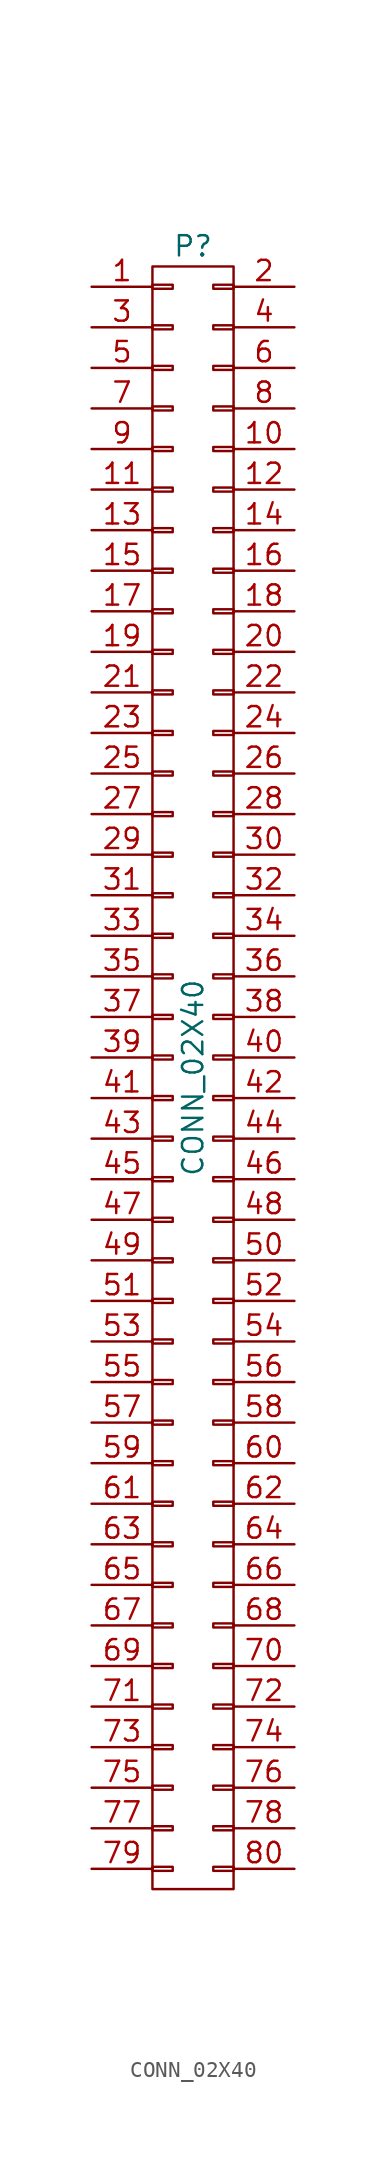
<source format=kicad_sym>
(kicad_symbol_lib
  (version 20231120)
  (generator "kicad_symbol_editor")
  (generator_version "8.0")
  (symbol "CONN_02X40"
    (pin_names
      (offset 0.025) hide)
    (property "Reference" "P"
      (at 0 52.07 0)
      (effects (font (size 1.27 1.27))))
    (property "Value" "CONN_02X40"
      (at 0 0 90)
      (effects (font (size 1.27 1.27))))
    (property "Footprint" ""
      (at 0 0 0)
      (effects (font (size 1.27 1.27))))
    (property "Datasheet" ""
      (at 0 0 0)
      (effects (font (size 1.27 1.27))))
    (symbol "CONN_02X40_0_1"
      (rectangle (start -2.54 -49.403) (end -1.27 -49.657) (stroke (width 0) (type solid)) (fill (type none)))
      (rectangle (start -2.54 -46.863) (end -1.27 -47.117) (stroke (width 0) (type solid)) (fill (type none)))
      (rectangle (start -2.54 -44.323) (end -1.27 -44.577) (stroke (width 0) (type solid)) (fill (type none)))
      (rectangle (start -2.54 -41.783) (end -1.27 -42.037) (stroke (width 0) (type solid)) (fill (type none)))
      (rectangle (start -2.54 -39.243) (end -1.27 -39.497) (stroke (width 0) (type solid)) (fill (type none)))
      (rectangle (start -2.54 -36.703) (end -1.27 -36.957) (stroke (width 0) (type solid)) (fill (type none)))
      (rectangle (start -2.54 -34.163) (end -1.27 -34.417) (stroke (width 0) (type solid)) (fill (type none)))
      (rectangle (start -2.54 -31.623) (end -1.27 -31.877) (stroke (width 0) (type solid)) (fill (type none)))
      (rectangle (start -2.54 -29.083) (end -1.27 -29.337) (stroke (width 0) (type solid)) (fill (type none)))
      (rectangle (start -2.54 -26.543) (end -1.27 -26.797) (stroke (width 0) (type solid)) (fill (type none)))
      (rectangle (start -2.54 -24.003) (end -1.27 -24.257) (stroke (width 0) (type solid)) (fill (type none)))
      (rectangle (start -2.54 -21.463) (end -1.27 -21.717) (stroke (width 0) (type solid)) (fill (type none)))
      (rectangle (start -2.54 -18.923) (end -1.27 -19.177) (stroke (width 0) (type solid)) (fill (type none)))
      (rectangle (start -2.54 -16.383) (end -1.27 -16.637) (stroke (width 0) (type solid)) (fill (type none)))
      (rectangle (start -2.54 -13.843) (end -1.27 -14.097) (stroke (width 0) (type solid)) (fill (type none)))
      (rectangle (start -2.54 -11.303) (end -1.27 -11.557) (stroke (width 0) (type solid)) (fill (type none)))
      (rectangle (start -2.54 -8.763) (end -1.27 -9.017) (stroke (width 0) (type solid)) (fill (type none)))
      (rectangle (start -2.54 -6.223) (end -1.27 -6.477) (stroke (width 0) (type solid)) (fill (type none)))
      (rectangle (start -2.54 -3.683) (end -1.27 -3.937) (stroke (width 0) (type solid)) (fill (type none)))
      (rectangle (start -2.54 -1.143) (end -1.27 -1.397) (stroke (width 0) (type solid)) (fill (type none)))
      (rectangle (start -2.54 1.397) (end -1.27 1.143) (stroke (width 0) (type solid)) (fill (type none)))
      (rectangle (start -2.54 3.937) (end -1.27 3.683) (stroke (width 0) (type solid)) (fill (type none)))
      (rectangle (start -2.54 6.477) (end -1.27 6.223) (stroke (width 0) (type solid)) (fill (type none)))
      (rectangle (start -2.54 9.017) (end -1.27 8.763) (stroke (width 0) (type solid)) (fill (type none)))
      (rectangle (start -2.54 11.557) (end -1.27 11.303) (stroke (width 0) (type solid)) (fill (type none)))
      (rectangle (start -2.54 14.097) (end -1.27 13.843) (stroke (width 0) (type solid)) (fill (type none)))
      (rectangle (start -2.54 16.637) (end -1.27 16.383) (stroke (width 0) (type solid)) (fill (type none)))
      (rectangle (start -2.54 19.177) (end -1.27 18.923) (stroke (width 0) (type solid)) (fill (type none)))
      (rectangle (start -2.54 21.717) (end -1.27 21.463) (stroke (width 0) (type solid)) (fill (type none)))
      (rectangle (start -2.54 24.257) (end -1.27 24.003) (stroke (width 0) (type solid)) (fill (type none)))
      (rectangle (start -2.54 26.797) (end -1.27 26.543) (stroke (width 0) (type solid)) (fill (type none)))
      (rectangle (start -2.54 29.337) (end -1.27 29.083) (stroke (width 0) (type solid)) (fill (type none)))
      (rectangle (start -2.54 31.877) (end -1.27 31.623) (stroke (width 0) (type solid)) (fill (type none)))
      (rectangle (start -2.54 34.417) (end -1.27 34.163) (stroke (width 0) (type solid)) (fill (type none)))
      (rectangle (start -2.54 36.957) (end -1.27 36.703) (stroke (width 0) (type solid)) (fill (type none)))
      (rectangle (start -2.54 39.497) (end -1.27 39.243) (stroke (width 0) (type solid)) (fill (type none)))
      (rectangle (start -2.54 42.037) (end -1.27 41.783) (stroke (width 0) (type solid)) (fill (type none)))
      (rectangle (start -2.54 44.577) (end -1.27 44.323) (stroke (width 0) (type solid)) (fill (type none)))
      (rectangle (start -2.54 47.117) (end -1.27 46.863) (stroke (width 0) (type solid)) (fill (type none)))
      (rectangle (start -2.54 49.657) (end -1.27 49.403) (stroke (width 0) (type solid)) (fill (type none)))
      (rectangle (start -2.54 50.8) (end 2.54 -50.8) (stroke (width 0) (type solid)) (fill (type none)))
      (rectangle (start 1.27 -49.403) (end 2.54 -49.657) (stroke (width 0) (type solid)) (fill (type none)))
      (rectangle (start 1.27 -46.863) (end 2.54 -47.117) (stroke (width 0) (type solid)) (fill (type none)))
      (rectangle (start 1.27 -44.323) (end 2.54 -44.577) (stroke (width 0) (type solid)) (fill (type none)))
      (rectangle (start 1.27 -41.783) (end 2.54 -42.037) (stroke (width 0) (type solid)) (fill (type none)))
      (rectangle (start 1.27 -39.243) (end 2.54 -39.497) (stroke (width 0) (type solid)) (fill (type none)))
      (rectangle (start 1.27 -36.703) (end 2.54 -36.957) (stroke (width 0) (type solid)) (fill (type none)))
      (rectangle (start 1.27 -34.163) (end 2.54 -34.417) (stroke (width 0) (type solid)) (fill (type none)))
      (rectangle (start 1.27 -31.623) (end 2.54 -31.877) (stroke (width 0) (type solid)) (fill (type none)))
      (rectangle (start 1.27 -29.083) (end 2.54 -29.337) (stroke (width 0) (type solid)) (fill (type none)))
      (rectangle (start 1.27 -26.543) (end 2.54 -26.797) (stroke (width 0) (type solid)) (fill (type none)))
      (rectangle (start 1.27 -24.003) (end 2.54 -24.257) (stroke (width 0) (type solid)) (fill (type none)))
      (rectangle (start 1.27 -21.463) (end 2.54 -21.717) (stroke (width 0) (type solid)) (fill (type none)))
      (rectangle (start 1.27 -18.923) (end 2.54 -19.177) (stroke (width 0) (type solid)) (fill (type none)))
      (rectangle (start 1.27 -16.383) (end 2.54 -16.637) (stroke (width 0) (type solid)) (fill (type none)))
      (rectangle (start 1.27 -13.843) (end 2.54 -14.097) (stroke (width 0) (type solid)) (fill (type none)))
      (rectangle (start 1.27 -11.303) (end 2.54 -11.557) (stroke (width 0) (type solid)) (fill (type none)))
      (rectangle (start 1.27 -8.763) (end 2.54 -9.017) (stroke (width 0) (type solid)) (fill (type none)))
      (rectangle (start 1.27 -6.223) (end 2.54 -6.477) (stroke (width 0) (type solid)) (fill (type none)))
      (rectangle (start 1.27 -3.683) (end 2.54 -3.937) (stroke (width 0) (type solid)) (fill (type none)))
      (rectangle (start 1.27 -1.143) (end 2.54 -1.397) (stroke (width 0) (type solid)) (fill (type none)))
      (rectangle (start 1.27 1.397) (end 2.54 1.143) (stroke (width 0) (type solid)) (fill (type none)))
      (rectangle (start 1.27 3.937) (end 2.54 3.683) (stroke (width 0) (type solid)) (fill (type none)))
      (rectangle (start 1.27 6.477) (end 2.54 6.223) (stroke (width 0) (type solid)) (fill (type none)))
      (rectangle (start 1.27 9.017) (end 2.54 8.763) (stroke (width 0) (type solid)) (fill (type none)))
      (rectangle (start 1.27 11.557) (end 2.54 11.303) (stroke (width 0) (type solid)) (fill (type none)))
      (rectangle (start 1.27 14.097) (end 2.54 13.843) (stroke (width 0) (type solid)) (fill (type none)))
      (rectangle (start 1.27 16.637) (end 2.54 16.383) (stroke (width 0) (type solid)) (fill (type none)))
      (rectangle (start 1.27 19.177) (end 2.54 18.923) (stroke (width 0) (type solid)) (fill (type none)))
      (rectangle (start 1.27 21.717) (end 2.54 21.463) (stroke (width 0) (type solid)) (fill (type none)))
      (rectangle (start 1.27 24.257) (end 2.54 24.003) (stroke (width 0) (type solid)) (fill (type none)))
      (rectangle (start 1.27 26.797) (end 2.54 26.543) (stroke (width 0) (type solid)) (fill (type none)))
      (rectangle (start 1.27 29.337) (end 2.54 29.083) (stroke (width 0) (type solid)) (fill (type none)))
      (rectangle (start 1.27 31.877) (end 2.54 31.623) (stroke (width 0) (type solid)) (fill (type none)))
      (rectangle (start 1.27 34.417) (end 2.54 34.163) (stroke (width 0) (type solid)) (fill (type none)))
      (rectangle (start 1.27 36.957) (end 2.54 36.703) (stroke (width 0) (type solid)) (fill (type none)))
      (rectangle (start 1.27 39.497) (end 2.54 39.243) (stroke (width 0) (type solid)) (fill (type none)))
      (rectangle (start 1.27 42.037) (end 2.54 41.783) (stroke (width 0) (type solid)) (fill (type none)))
      (rectangle (start 1.27 44.577) (end 2.54 44.323) (stroke (width 0) (type solid)) (fill (type none)))
      (rectangle (start 1.27 47.117) (end 2.54 46.863) (stroke (width 0) (type solid)) (fill (type none)))
      (rectangle (start 1.27 49.657) (end 2.54 49.403) (stroke (width 0) (type solid)) (fill (type none))))
    (symbol "CONN_02X40_1_1"
      (pin passive line (at -6.35 49.53 0) (length 3.81) (name "P1" (effects (font (size 1.27 1.27)))) (number "1" (effects (font (size 1.27 1.27)))))
      (pin passive line (at 6.35 39.37 180) (length 3.81) (name "P10" (effects (font (size 1.27 1.27)))) (number "10" (effects (font (size 1.27 1.27)))))
      (pin passive line (at -6.35 36.83 0) (length 3.81) (name "P11" (effects (font (size 1.27 1.27)))) (number "11" (effects (font (size 1.27 1.27)))))
      (pin passive line (at 6.35 36.83 180) (length 3.81) (name "P12" (effects (font (size 1.27 1.27)))) (number "12" (effects (font (size 1.27 1.27)))))
      (pin passive line (at -6.35 34.29 0) (length 3.81) (name "P13" (effects (font (size 1.27 1.27)))) (number "13" (effects (font (size 1.27 1.27)))))
      (pin passive line (at 6.35 34.29 180) (length 3.81) (name "P14" (effects (font (size 1.27 1.27)))) (number "14" (effects (font (size 1.27 1.27)))))
      (pin passive line (at -6.35 31.75 0) (length 3.81) (name "P15" (effects (font (size 1.27 1.27)))) (number "15" (effects (font (size 1.27 1.27)))))
      (pin passive line (at 6.35 31.75 180) (length 3.81) (name "P16" (effects (font (size 1.27 1.27)))) (number "16" (effects (font (size 1.27 1.27)))))
      (pin passive line (at -6.35 29.21 0) (length 3.81) (name "P17" (effects (font (size 1.27 1.27)))) (number "17" (effects (font (size 1.27 1.27)))))
      (pin passive line (at 6.35 29.21 180) (length 3.81) (name "P18" (effects (font (size 1.27 1.27)))) (number "18" (effects (font (size 1.27 1.27)))))
      (pin passive line (at -6.35 26.67 0) (length 3.81) (name "P19" (effects (font (size 1.27 1.27)))) (number "19" (effects (font (size 1.27 1.27)))))
      (pin passive line (at 6.35 49.53 180) (length 3.81) (name "P2" (effects (font (size 1.27 1.27)))) (number "2" (effects (font (size 1.27 1.27)))))
      (pin passive line (at 6.35 26.67 180) (length 3.81) (name "P20" (effects (font (size 1.27 1.27)))) (number "20" (effects (font (size 1.27 1.27)))))
      (pin passive line (at -6.35 24.13 0) (length 3.81) (name "P21" (effects (font (size 1.27 1.27)))) (number "21" (effects (font (size 1.27 1.27)))))
      (pin passive line (at 6.35 24.13 180) (length 3.81) (name "P22" (effects (font (size 1.27 1.27)))) (number "22" (effects (font (size 1.27 1.27)))))
      (pin passive line (at -6.35 21.59 0) (length 3.81) (name "P23" (effects (font (size 1.27 1.27)))) (number "23" (effects (font (size 1.27 1.27)))))
      (pin passive line (at 6.35 21.59 180) (length 3.81) (name "P24" (effects (font (size 1.27 1.27)))) (number "24" (effects (font (size 1.27 1.27)))))
      (pin passive line (at -6.35 19.05 0) (length 3.81) (name "P25" (effects (font (size 1.27 1.27)))) (number "25" (effects (font (size 1.27 1.27)))))
      (pin passive line (at 6.35 19.05 180) (length 3.81) (name "P26" (effects (font (size 1.27 1.27)))) (number "26" (effects (font (size 1.27 1.27)))))
      (pin passive line (at -6.35 16.51 0) (length 3.81) (name "P27" (effects (font (size 1.27 1.27)))) (number "27" (effects (font (size 1.27 1.27)))))
      (pin passive line (at 6.35 16.51 180) (length 3.81) (name "P28" (effects (font (size 1.27 1.27)))) (number "28" (effects (font (size 1.27 1.27)))))
      (pin passive line (at -6.35 13.97 0) (length 3.81) (name "P29" (effects (font (size 1.27 1.27)))) (number "29" (effects (font (size 1.27 1.27)))))
      (pin passive line (at -6.35 46.99 0) (length 3.81) (name "P3" (effects (font (size 1.27 1.27)))) (number "3" (effects (font (size 1.27 1.27)))))
      (pin passive line (at 6.35 13.97 180) (length 3.81) (name "P30" (effects (font (size 1.27 1.27)))) (number "30" (effects (font (size 1.27 1.27)))))
      (pin passive line (at -6.35 11.43 0) (length 3.81) (name "P31" (effects (font (size 1.27 1.27)))) (number "31" (effects (font (size 1.27 1.27)))))
      (pin passive line (at 6.35 11.43 180) (length 3.81) (name "P32" (effects (font (size 1.27 1.27)))) (number "32" (effects (font (size 1.27 1.27)))))
      (pin passive line (at -6.35 8.89 0) (length 3.81) (name "P33" (effects (font (size 1.27 1.27)))) (number "33" (effects (font (size 1.27 1.27)))))
      (pin passive line (at 6.35 8.89 180) (length 3.81) (name "P34" (effects (font (size 1.27 1.27)))) (number "34" (effects (font (size 1.27 1.27)))))
      (pin passive line (at -6.35 6.35 0) (length 3.81) (name "P35" (effects (font (size 1.27 1.27)))) (number "35" (effects (font (size 1.27 1.27)))))
      (pin passive line (at 6.35 6.35 180) (length 3.81) (name "P36" (effects (font (size 1.27 1.27)))) (number "36" (effects (font (size 1.27 1.27)))))
      (pin passive line (at -6.35 3.81 0) (length 3.81) (name "P37" (effects (font (size 1.27 1.27)))) (number "37" (effects (font (size 1.27 1.27)))))
      (pin passive line (at 6.35 3.81 180) (length 3.81) (name "P38" (effects (font (size 1.27 1.27)))) (number "38" (effects (font (size 1.27 1.27)))))
      (pin passive line (at -6.35 1.27 0) (length 3.81) (name "P39" (effects (font (size 1.27 1.27)))) (number "39" (effects (font (size 1.27 1.27)))))
      (pin passive line (at 6.35 46.99 180) (length 3.81) (name "P4" (effects (font (size 1.27 1.27)))) (number "4" (effects (font (size 1.27 1.27)))))
      (pin passive line (at 6.35 1.27 180) (length 3.81) (name "P40" (effects (font (size 1.27 1.27)))) (number "40" (effects (font (size 1.27 1.27)))))
      (pin passive line (at -6.35 -1.27 0) (length 3.81) (name "P41" (effects (font (size 1.27 1.27)))) (number "41" (effects (font (size 1.27 1.27)))))
      (pin passive line (at 6.35 -1.27 180) (length 3.81) (name "P42" (effects (font (size 1.27 1.27)))) (number "42" (effects (font (size 1.27 1.27)))))
      (pin passive line (at -6.35 -3.81 0) (length 3.81) (name "P43" (effects (font (size 1.27 1.27)))) (number "43" (effects (font (size 1.27 1.27)))))
      (pin passive line (at 6.35 -3.81 180) (length 3.81) (name "P44" (effects (font (size 1.27 1.27)))) (number "44" (effects (font (size 1.27 1.27)))))
      (pin passive line (at -6.35 -6.35 0) (length 3.81) (name "P45" (effects (font (size 1.27 1.27)))) (number "45" (effects (font (size 1.27 1.27)))))
      (pin passive line (at 6.35 -6.35 180) (length 3.81) (name "P46" (effects (font (size 1.27 1.27)))) (number "46" (effects (font (size 1.27 1.27)))))
      (pin passive line (at -6.35 -8.89 0) (length 3.81) (name "P47" (effects (font (size 1.27 1.27)))) (number "47" (effects (font (size 1.27 1.27)))))
      (pin passive line (at 6.35 -8.89 180) (length 3.81) (name "P48" (effects (font (size 1.27 1.27)))) (number "48" (effects (font (size 1.27 1.27)))))
      (pin passive line (at -6.35 -11.43 0) (length 3.81) (name "P49" (effects (font (size 1.27 1.27)))) (number "49" (effects (font (size 1.27 1.27)))))
      (pin passive line (at -6.35 44.45 0) (length 3.81) (name "P5" (effects (font (size 1.27 1.27)))) (number "5" (effects (font (size 1.27 1.27)))))
      (pin passive line (at 6.35 -11.43 180) (length 3.81) (name "P50" (effects (font (size 1.27 1.27)))) (number "50" (effects (font (size 1.27 1.27)))))
      (pin passive line (at -6.35 -13.97 0) (length 3.81) (name "P51" (effects (font (size 1.27 1.27)))) (number "51" (effects (font (size 1.27 1.27)))))
      (pin passive line (at 6.35 -13.97 180) (length 3.81) (name "P52" (effects (font (size 1.27 1.27)))) (number "52" (effects (font (size 1.27 1.27)))))
      (pin passive line (at -6.35 -16.51 0) (length 3.81) (name "P53" (effects (font (size 1.27 1.27)))) (number "53" (effects (font (size 1.27 1.27)))))
      (pin passive line (at 6.35 -16.51 180) (length 3.81) (name "P54" (effects (font (size 1.27 1.27)))) (number "54" (effects (font (size 1.27 1.27)))))
      (pin passive line (at -6.35 -19.05 0) (length 3.81) (name "P55" (effects (font (size 1.27 1.27)))) (number "55" (effects (font (size 1.27 1.27)))))
      (pin passive line (at 6.35 -19.05 180) (length 3.81) (name "P56" (effects (font (size 1.27 1.27)))) (number "56" (effects (font (size 1.27 1.27)))))
      (pin passive line (at -6.35 -21.59 0) (length 3.81) (name "P57" (effects (font (size 1.27 1.27)))) (number "57" (effects (font (size 1.27 1.27)))))
      (pin passive line (at 6.35 -21.59 180) (length 3.81) (name "P58" (effects (font (size 1.27 1.27)))) (number "58" (effects (font (size 1.27 1.27)))))
      (pin passive line (at -6.35 -24.13 0) (length 3.81) (name "P59" (effects (font (size 1.27 1.27)))) (number "59" (effects (font (size 1.27 1.27)))))
      (pin passive line (at 6.35 44.45 180) (length 3.81) (name "P6" (effects (font (size 1.27 1.27)))) (number "6" (effects (font (size 1.27 1.27)))))
      (pin passive line (at 6.35 -24.13 180) (length 3.81) (name "P60" (effects (font (size 1.27 1.27)))) (number "60" (effects (font (size 1.27 1.27)))))
      (pin passive line (at -6.35 -26.67 0) (length 3.81) (name "P61" (effects (font (size 1.27 1.27)))) (number "61" (effects (font (size 1.27 1.27)))))
      (pin passive line (at 6.35 -26.67 180) (length 3.81) (name "P62" (effects (font (size 1.27 1.27)))) (number "62" (effects (font (size 1.27 1.27)))))
      (pin passive line (at -6.35 -29.21 0) (length 3.81) (name "P63" (effects (font (size 1.27 1.27)))) (number "63" (effects (font (size 1.27 1.27)))))
      (pin passive line (at 6.35 -29.21 180) (length 3.81) (name "P64" (effects (font (size 1.27 1.27)))) (number "64" (effects (font (size 1.27 1.27)))))
      (pin passive line (at -6.35 -31.75 0) (length 3.81) (name "P65" (effects (font (size 1.27 1.27)))) (number "65" (effects (font (size 1.27 1.27)))))
      (pin passive line (at 6.35 -31.75 180) (length 3.81) (name "P66" (effects (font (size 1.27 1.27)))) (number "66" (effects (font (size 1.27 1.27)))))
      (pin passive line (at -6.35 -34.29 0) (length 3.81) (name "P67" (effects (font (size 1.27 1.27)))) (number "67" (effects (font (size 1.27 1.27)))))
      (pin passive line (at 6.35 -34.29 180) (length 3.81) (name "P68" (effects (font (size 1.27 1.27)))) (number "68" (effects (font (size 1.27 1.27)))))
      (pin passive line (at -6.35 -36.83 0) (length 3.81) (name "P69" (effects (font (size 1.27 1.27)))) (number "69" (effects (font (size 1.27 1.27)))))
      (pin passive line (at -6.35 41.91 0) (length 3.81) (name "P7" (effects (font (size 1.27 1.27)))) (number "7" (effects (font (size 1.27 1.27)))))
      (pin passive line (at 6.35 -36.83 180) (length 3.81) (name "P70" (effects (font (size 1.27 1.27)))) (number "70" (effects (font (size 1.27 1.27)))))
      (pin passive line (at -6.35 -39.37 0) (length 3.81) (name "P71" (effects (font (size 1.27 1.27)))) (number "71" (effects (font (size 1.27 1.27)))))
      (pin passive line (at 6.35 -39.37 180) (length 3.81) (name "P72" (effects (font (size 1.27 1.27)))) (number "72" (effects (font (size 1.27 1.27)))))
      (pin passive line (at -6.35 -41.91 0) (length 3.81) (name "P73" (effects (font (size 1.27 1.27)))) (number "73" (effects (font (size 1.27 1.27)))))
      (pin passive line (at 6.35 -41.91 180) (length 3.81) (name "P74" (effects (font (size 1.27 1.27)))) (number "74" (effects (font (size 1.27 1.27)))))
      (pin passive line (at -6.35 -44.45 0) (length 3.81) (name "P75" (effects (font (size 1.27 1.27)))) (number "75" (effects (font (size 1.27 1.27)))))
      (pin passive line (at 6.35 -44.45 180) (length 3.81) (name "P76" (effects (font (size 1.27 1.27)))) (number "76" (effects (font (size 1.27 1.27)))))
      (pin passive line (at -6.35 -46.99 0) (length 3.81) (name "P77" (effects (font (size 1.27 1.27)))) (number "77" (effects (font (size 1.27 1.27)))))
      (pin passive line (at 6.35 -46.99 180) (length 3.81) (name "P78" (effects (font (size 1.27 1.27)))) (number "78" (effects (font (size 1.27 1.27)))))
      (pin passive line (at -6.35 -49.53 0) (length 3.81) (name "P79" (effects (font (size 1.27 1.27)))) (number "79" (effects (font (size 1.27 1.27)))))
      (pin passive line (at 6.35 41.91 180) (length 3.81) (name "P8" (effects (font (size 1.27 1.27)))) (number "8" (effects (font (size 1.27 1.27)))))
      (pin passive line (at 6.35 -49.53 180) (length 3.81) (name "P80" (effects (font (size 1.27 1.27)))) (number "80" (effects (font (size 1.27 1.27)))))
      (pin passive line (at -6.35 39.37 0) (length 3.81) (name "P9" (effects (font (size 1.27 1.27)))) (number "9" (effects (font (size 1.27 1.27))))))))
</source>
